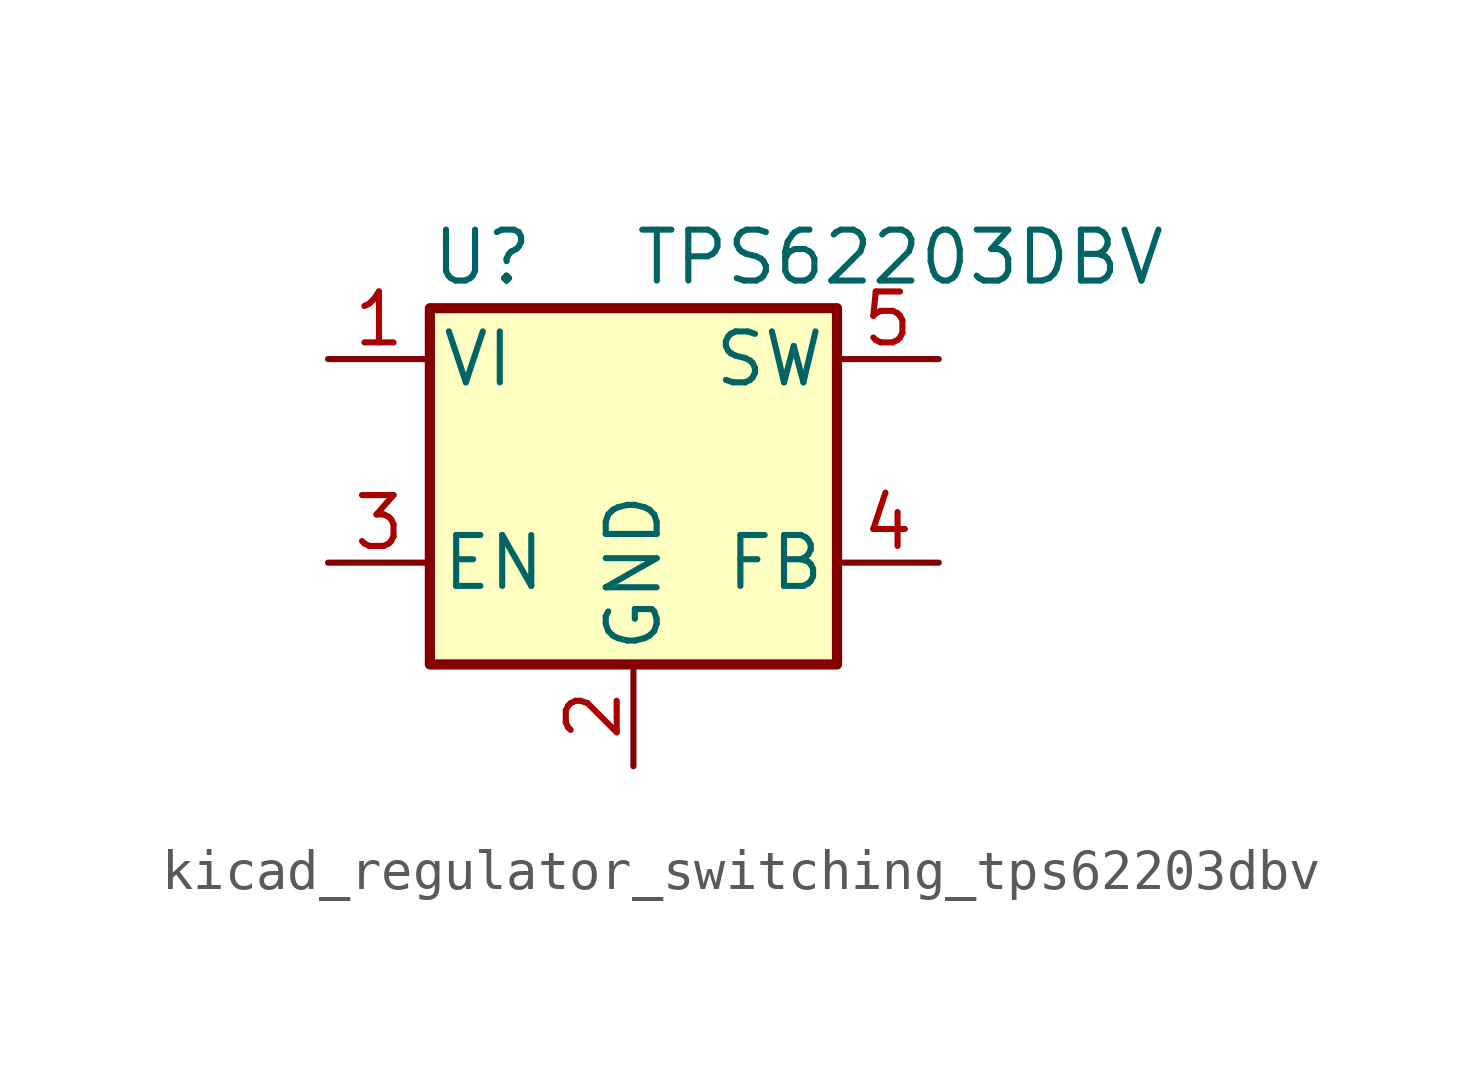
<source format=kicad_sym>
(kicad_symbol_lib
  (version 20220914)
  (generator kicad_symbol_editor)
  (symbol "kicad_regulator_switching_tps62203dbv"
    (pin_names
      (offset 0.254))
    (property "Reference" "U"
      (at -5.08 7.62 0)
      (effects (font (size 1.27 1.27)) (justify left)))
    (property "Value" "TPS62203DBV"
      (at 0 7.62 0)
      (effects (font (size 1.27 1.27)) (justify left)))
    (symbol "kicad_regulator_switching_tps62203dbv_0_1"
      (rectangle (start -5.08 6.35) (end 5.08 -2.54) (stroke (width 0.254) (type default)) (fill (type background))))
    (symbol "kicad_regulator_switching_tps62203dbv_1_1"
      (pin power_in line (at -7.62 5.08 0) (length 2.54) (name "VI" (effects (font (size 1.27 1.27)))) (number "1" (effects (font (size 1.27 1.27)))))
      (pin power_in line (at 0 -5.08 90) (length 2.54) (name "GND" (effects (font (size 1.27 1.27)))) (number "2" (effects (font (size 1.27 1.27)))))
      (pin input line (at -7.62 0 0) (length 2.54) (name "EN" (effects (font (size 1.27 1.27)))) (number "3" (effects (font (size 1.27 1.27)))))
      (pin input line (at 7.62 0 180) (length 2.54) (name "FB" (effects (font (size 1.27 1.27)))) (number "4" (effects (font (size 1.27 1.27)))))
      (pin output line (at 7.62 5.08 180) (length 2.54) (name "SW" (effects (font (size 1.27 1.27)))) (number "5" (effects (font (size 1.27 1.27))))))))
</source>
